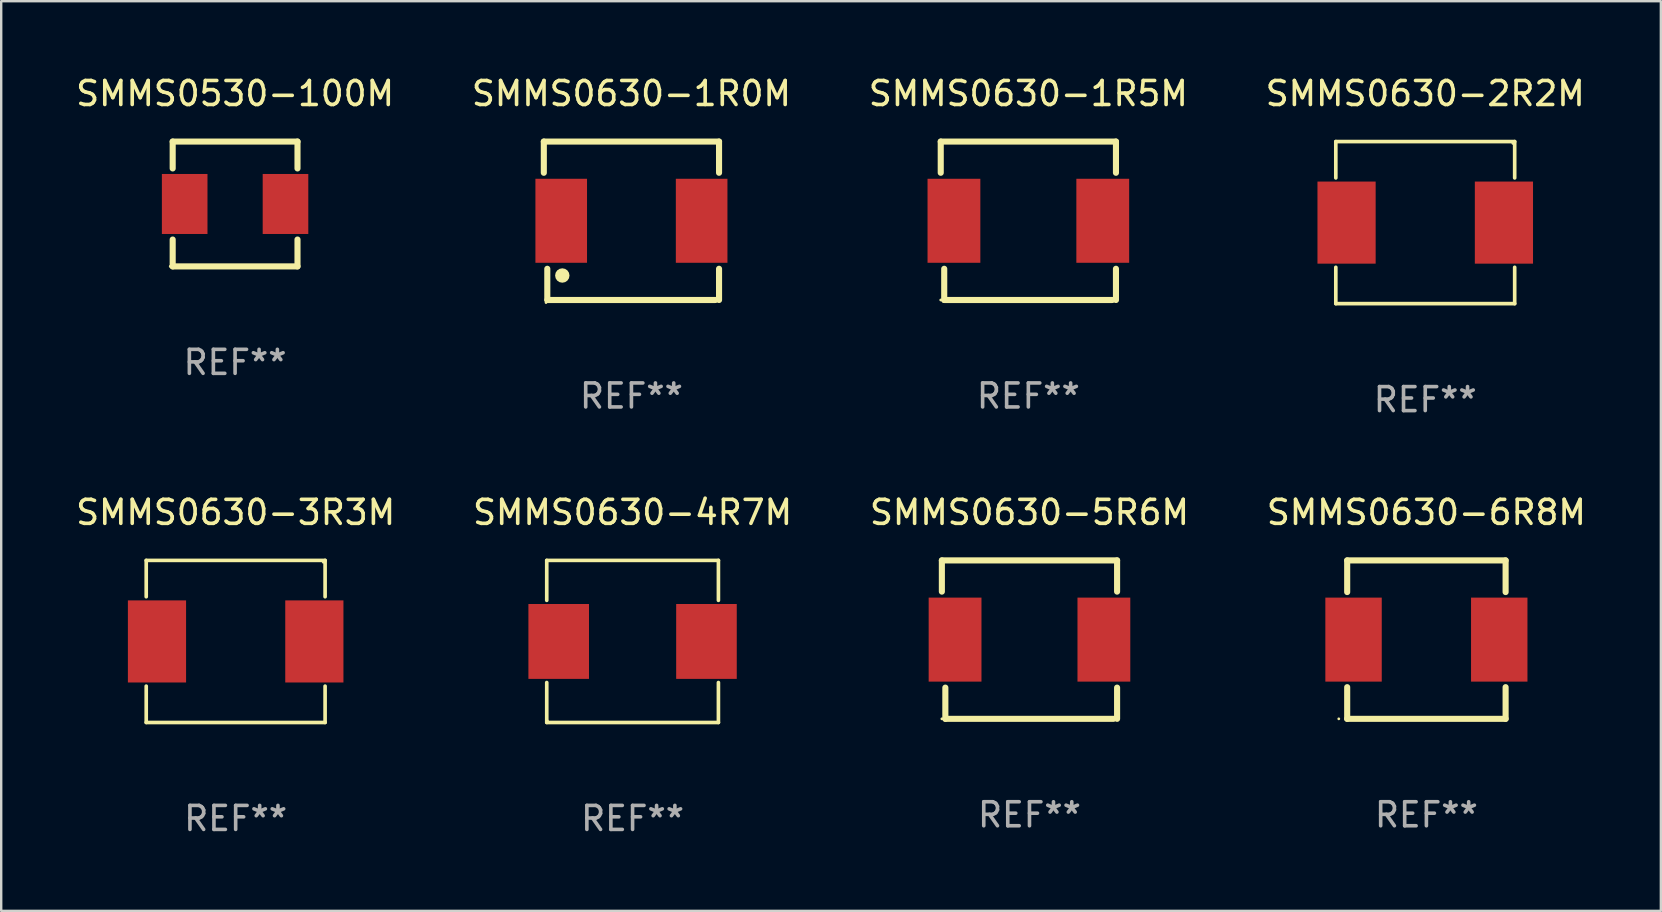
<source format=kicad_pcb>
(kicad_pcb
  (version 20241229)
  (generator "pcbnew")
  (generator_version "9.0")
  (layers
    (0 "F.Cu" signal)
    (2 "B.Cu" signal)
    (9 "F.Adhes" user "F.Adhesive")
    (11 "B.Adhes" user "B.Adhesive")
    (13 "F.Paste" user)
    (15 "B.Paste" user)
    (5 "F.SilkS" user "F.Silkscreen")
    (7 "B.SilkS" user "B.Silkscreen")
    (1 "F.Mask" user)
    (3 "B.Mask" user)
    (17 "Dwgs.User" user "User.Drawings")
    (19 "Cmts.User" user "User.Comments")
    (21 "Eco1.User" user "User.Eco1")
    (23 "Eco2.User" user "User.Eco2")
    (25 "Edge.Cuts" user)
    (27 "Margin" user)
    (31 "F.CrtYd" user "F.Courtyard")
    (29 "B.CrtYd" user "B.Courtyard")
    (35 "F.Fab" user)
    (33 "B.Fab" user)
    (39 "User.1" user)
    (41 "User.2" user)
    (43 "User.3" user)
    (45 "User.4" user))
  (footprint "SMMS0630-4R7M"
    (layer "F.Cu")
    (at 23.304 23.673)
    (property "Reference" "SMMS0630-4R7M" (at 0 -5.376 0) (layer "F.SilkS") (effects (font (size 1 1) (thickness 0.15))))
    (attr through_hole)
    (fp_line (start -3.576 -3.376) (end 3.576 -3.376) (stroke (width 0.152) (type solid)) (layer "F.SilkS"))
    (fp_line (start -3.576 -1.712) (end -3.576 -3.376) (stroke (width 0.152) (type solid)) (layer "F.SilkS"))
    (fp_line (start -3.576 1.712) (end -3.576 3.376) (stroke (width 0.152) (type solid)) (layer "F.SilkS"))
    (fp_line (start -3.576 3.376) (end 3.576 3.376) (stroke (width 0.152) (type solid)) (layer "F.SilkS"))
    (fp_line (start 3.576 -3.376) (end 3.576 -1.712) (stroke (width 0.152) (type solid)) (layer "F.SilkS"))
    (fp_line (start 3.576 3.376) (end 3.576 1.712) (stroke (width 0.152) (type solid)) (layer "F.SilkS"))
    (fp_circle (center -3.552 3.307) (end -3.522 3.307) (stroke (width 0.06) (type solid)) (fill no) (layer "F.SilkS"))
    (fp_text user "REF**" (at 0 7.376 0) (layer "F.Fab") (effects (font (size 1 1) (thickness 0.15))))
    (pad "1" smd rect (at -3.078 0) (size 2.524 3.12) (layers "F.Cu" "F.Mask" "F.Paste"))
    (pad "2" smd rect (at 3.078 0) (size 2.524 3.12) (layers "F.Cu" "F.Mask" "F.Paste")))
  (footprint "SMMS0630-6R8M"
    (layer "F.Cu")
    (at 56.375 23.597)
    (property "Reference" "SMMS0630-6R8M" (at 0 -5.3 0) (layer "F.SilkS") (effects (font (size 1 1) (thickness 0.15))))
    (attr through_hole)
    (fp_line (start -3.3 -3.3) (end 3.3 -3.3) (stroke (width 0.254) (type solid)) (layer "F.SilkS"))
    (fp_line (start -3.3 -1.981) (end -3.3 -3.3) (stroke (width 0.254) (type solid)) (layer "F.SilkS"))
    (fp_line (start -3.3 3.3) (end -3.3 1.981) (stroke (width 0.254) (type solid)) (layer "F.SilkS"))
    (fp_line (start 3.3 -3.3) (end 3.3 -1.981) (stroke (width 0.254) (type solid)) (layer "F.SilkS"))
    (fp_line (start 3.3 1.981) (end 3.3 3.3) (stroke (width 0.254) (type solid)) (layer "F.SilkS"))
    (fp_line (start 3.3 3.3) (end -3.3 3.3) (stroke (width 0.254) (type solid)) (layer "F.SilkS"))
    (fp_circle (center -3.65 3.3) (end -3.62 3.3) (stroke (width 0.06) (type solid)) (fill no) (layer "F.SilkS"))
    (fp_text user "REF**" (at 0 7.3 0) (layer "F.Fab") (effects (font (size 1 1) (thickness 0.15))))
    (pad "1" smd rect (at -3.035 0) (size 2.35 3.5) (layers "F.Cu" "F.Mask" "F.Paste"))
    (pad "2" smd rect (at 3.035 0) (size 2.35 3.5) (layers "F.Cu" "F.Mask" "F.Paste")))
  (footprint "SMMS0630-1R5M"
    (layer "F.Cu")
    (at 39.792 6.148)
    (property "Reference" "SMMS0630-1R5M" (at 0 -5.3 0) (layer "F.SilkS") (effects (font (size 1 1) (thickness 0.15))))
    (attr through_hole)
    (fp_line (start -3.65 -3.3) (end 3.65 -3.3) (stroke (width 0.254) (type solid)) (layer "F.SilkS"))
    (fp_line (start -3.65 -2) (end -3.65 -3.3) (stroke (width 0.254) (type solid)) (layer "F.SilkS"))
    (fp_line (start -3.505 3.3) (end -3.505 2) (stroke (width 0.254) (type solid)) (layer "F.SilkS"))
    (fp_line (start -3.5 3.3) (end 3.5 3.3) (stroke (width 0.254) (type solid)) (layer "F.SilkS"))
    (fp_line (start 3.65 -3.3) (end 3.65 -2) (stroke (width 0.254) (type solid)) (layer "F.SilkS"))
    (fp_line (start 3.65 2) (end 3.65 3.3) (stroke (width 0.254) (type solid)) (layer "F.SilkS"))
    (fp_circle (center -3.65 3.3) (end -3.62 3.3) (stroke (width 0.06) (type solid)) (fill no) (layer "F.SilkS"))
    (fp_text user "REF**" (at 0 7.3 0) (layer "F.Fab") (effects (font (size 1 1) (thickness 0.15))))
    (pad "1" smd rect (at -3.1 0) (size 2.2 3.5) (layers "F.Cu" "F.Mask" "F.Paste"))
    (pad "2" smd rect (at 3.1 0) (size 2.2 3.5) (layers "F.Cu" "F.Mask" "F.Paste")))
  (footprint "SMMS0630-2R2M"
    (layer "F.Cu")
    (at 56.327 6.224)
    (property "Reference" "SMMS0630-2R2M" (at 0 -5.376 0) (layer "F.SilkS") (effects (font (size 1 1) (thickness 0.15))))
    (attr through_hole)
    (fp_line (start -3.726 -3.376) (end 3.726 -3.376) (stroke (width 0.152) (type solid)) (layer "F.SilkS"))
    (fp_line (start -3.726 -1.862) (end -3.726 -3.376) (stroke (width 0.152) (type solid)) (layer "F.SilkS"))
    (fp_line (start -3.726 1.862) (end -3.726 3.376) (stroke (width 0.152) (type solid)) (layer "F.SilkS"))
    (fp_line (start -3.726 3.376) (end 3.726 3.376) (stroke (width 0.152) (type solid)) (layer "F.SilkS"))
    (fp_line (start 3.726 -3.376) (end 3.726 -1.862) (stroke (width 0.152) (type solid)) (layer "F.SilkS"))
    (fp_line (start 3.726 3.376) (end 3.726 1.862) (stroke (width 0.152) (type solid)) (layer "F.SilkS"))
    (fp_circle (center 3.65 -3.3) (end 3.68 -3.3) (stroke (width 0.06) (type solid)) (fill no) (layer "F.SilkS"))
    (fp_text user "REF**" (at 0 7.376 0) (layer "F.Fab") (effects (font (size 1 1) (thickness 0.15))))
    (pad "1" smd rect (at 3.278 0) (size 2.424 3.42) (layers "F.Cu" "F.Mask" "F.Paste"))
    (pad "2" smd rect (at -3.278 0) (size 2.424 3.42) (layers "F.Cu" "F.Mask" "F.Paste")))
  (footprint "SMMS0530-100M"
    (layer "F.Cu")
    (at 6.744 5.448)
    (property "Reference" "SMMS0530-100M" (at 0 -4.6 0) (layer "F.SilkS") (effects (font (size 1 1) (thickness 0.15))))
    (attr through_hole)
    (fp_line (start -2.6 -2.6) (end 2.6 -2.6) (stroke (width 0.254) (type solid)) (layer "F.SilkS"))
    (fp_line (start -2.6 -1.481) (end -2.6 -2.6) (stroke (width 0.254) (type solid)) (layer "F.SilkS"))
    (fp_line (start -2.6 2.6) (end -2.6 1.481) (stroke (width 0.254) (type solid)) (layer "F.SilkS"))
    (fp_line (start 2.6 -2.6) (end 2.6 -1.481) (stroke (width 0.254) (type solid)) (layer "F.SilkS"))
    (fp_line (start 2.6 1.481) (end 2.6 2.6) (stroke (width 0.254) (type solid)) (layer "F.SilkS"))
    (fp_line (start 2.6 2.6) (end -2.6 2.6) (stroke (width 0.254) (type solid)) (layer "F.SilkS"))
    (fp_circle (center -2.7 2.6) (end -2.67 2.6) (stroke (width 0.06) (type solid)) (fill no) (layer "F.SilkS"))
    (fp_text user "REF**" (at 0 6.6 0) (layer "F.Fab") (effects (font (size 1 1) (thickness 0.15))))
    (pad "1" smd rect (at -2.1 0) (size 1.9 2.5) (layers "F.Cu" "F.Mask" "F.Paste"))
    (pad "2" smd rect (at 2.1 0) (size 1.9 2.5) (layers "F.Cu" "F.Mask" "F.Paste")))
  (footprint "SMMS0630-3R3M"
    (layer "F.Cu")
    (at 6.768 23.673)
    (property "Reference" "SMMS0630-3R3M" (at 0 -5.376 0) (layer "F.SilkS") (effects (font (size 1 1) (thickness 0.15))))
    (attr through_hole)
    (fp_line (start -3.726 -3.376) (end 3.726 -3.376) (stroke (width 0.152) (type solid)) (layer "F.SilkS"))
    (fp_line (start -3.726 -1.862) (end -3.726 -3.376) (stroke (width 0.152) (type solid)) (layer "F.SilkS"))
    (fp_line (start -3.726 1.862) (end -3.726 3.376) (stroke (width 0.152) (type solid)) (layer "F.SilkS"))
    (fp_line (start -3.726 3.376) (end 3.726 3.376) (stroke (width 0.152) (type solid)) (layer "F.SilkS"))
    (fp_line (start 3.726 -3.376) (end 3.726 -1.862) (stroke (width 0.152) (type solid)) (layer "F.SilkS"))
    (fp_line (start 3.726 3.376) (end 3.726 1.862) (stroke (width 0.152) (type solid)) (layer "F.SilkS"))
    (fp_circle (center 3.65 -3.3) (end 3.68 -3.3) (stroke (width 0.06) (type solid)) (fill no) (layer "F.SilkS"))
    (fp_text user "REF**" (at 0 7.376 0) (layer "F.Fab") (effects (font (size 1 1) (thickness 0.15))))
    (pad "1" smd rect (at 3.278 0) (size 2.424 3.42) (layers "F.Cu" "F.Mask" "F.Paste"))
    (pad "2" smd rect (at -3.278 0) (size 2.424 3.42) (layers "F.Cu" "F.Mask" "F.Paste")))
  (footprint "SMMS0630-5R6M"
    (layer "F.Cu")
    (at 39.839 23.597)
    (property "Reference" "SMMS0630-5R6M" (at 0 -5.3 0) (layer "F.SilkS") (effects (font (size 1 1) (thickness 0.15))))
    (attr through_hole)
    (fp_line (start -3.65 -3.3) (end 3.65 -3.3) (stroke (width 0.254) (type solid)) (layer "F.SilkS"))
    (fp_line (start -3.65 -2) (end -3.65 -3.3) (stroke (width 0.254) (type solid)) (layer "F.SilkS"))
    (fp_line (start -3.505 3.3) (end -3.505 2) (stroke (width 0.254) (type solid)) (layer "F.SilkS"))
    (fp_line (start -3.5 3.3) (end 3.5 3.3) (stroke (width 0.254) (type solid)) (layer "F.SilkS"))
    (fp_line (start 3.65 -3.3) (end 3.65 -2) (stroke (width 0.254) (type solid)) (layer "F.SilkS"))
    (fp_line (start 3.65 2) (end 3.65 3.3) (stroke (width 0.254) (type solid)) (layer "F.SilkS"))
    (fp_circle (center -3.65 3.3) (end -3.62 3.3) (stroke (width 0.06) (type solid)) (fill no) (layer "F.SilkS"))
    (fp_text user "REF**" (at 0 7.3 0) (layer "F.Fab") (effects (font (size 1 1) (thickness 0.15))))
    (pad "1" smd rect (at -3.1 0) (size 2.2 3.5) (layers "F.Cu" "F.Mask" "F.Paste"))
    (pad "2" smd rect (at 3.1 0) (size 2.2 3.5) (layers "F.Cu" "F.Mask" "F.Paste")))
  (footprint "SMMS0630-1R0M"
    (layer "F.Cu")
    (at 23.256 6.148)
    (property "Reference" "SMMS0630-1R0M" (at 0 -5.3 0) (layer "F.SilkS") (effects (font (size 1 1) (thickness 0.15))))
    (attr through_hole)
    (fp_line (start -3.65 -3.3) (end 3.65 -3.3) (stroke (width 0.254) (type solid)) (layer "F.SilkS"))
    (fp_line (start -3.65 -2) (end -3.65 -3.3) (stroke (width 0.254) (type solid)) (layer "F.SilkS"))
    (fp_line (start -3.505 3.3) (end -3.505 2) (stroke (width 0.254) (type solid)) (layer "F.SilkS"))
    (fp_line (start -3.5 3.3) (end 3.5 3.3) (stroke (width 0.254) (type solid)) (layer "F.SilkS"))
    (fp_line (start 3.65 2) (end 3.65 3.3) (stroke (width 0.254) (type solid)) (layer "F.SilkS"))
    (fp_line (start 3.65 -3.3) (end 3.65 -2) (stroke (width 0.254) (type solid)) (layer "F.SilkS"))
    (fp_circle (center -3.558 3.407) (end -3.528 3.407) (stroke (width 0.06) (type solid)) (fill no) (layer "F.SilkS"))
    (fp_circle (center -2.88 2.28) (end -2.73 2.28) (stroke (width 0.3) (type solid)) (fill no) (layer "F.SilkS"))
    (fp_text user "REF**" (at 0 7.3 0) (layer "F.Fab") (effects (font (size 1 1) (thickness 0.15))))
    (pad "1" smd rect (at -2.925 0) (size 2.15 3.5) (layers "F.Cu" "F.Mask" "F.Paste"))
    (pad "2" smd rect (at 2.925 0) (size 2.15 3.5) (layers "F.Cu" "F.Mask" "F.Paste")))
  (gr_rect
    (start -3 -3)
    (end 66.143 34.898)
    (stroke (width 0.1) (type default))
    (fill no)
    (layer "Edge.Cuts")))
</source>
